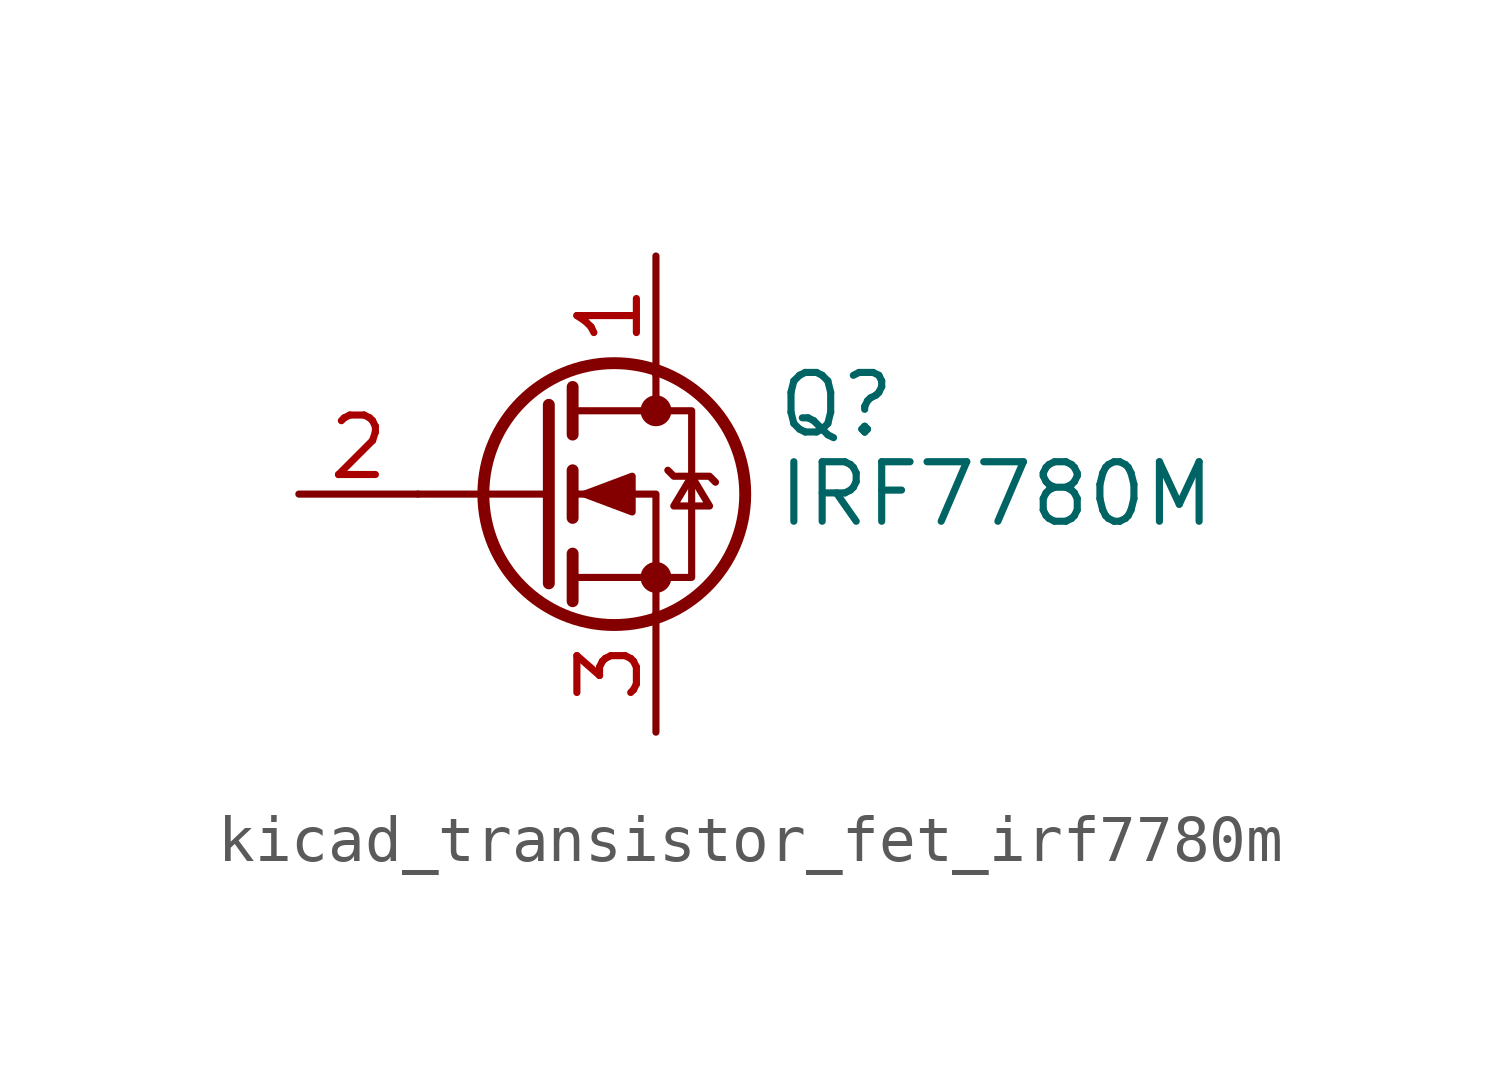
<source format=kicad_sym>
(kicad_symbol_lib
  (version 20220914)
  (generator kicad_symbol_editor)
  (symbol "kicad_transistor_fet_irf7780m"
    (pin_names hide)
    (property "Reference" "Q"
      (at 5.08 1.905 0)
      (effects (font (size 1.27 1.27)) (justify left)))
    (property "Value" "IRF7780M"
      (at 5.08 0 0)
      (effects (font (size 1.27 1.27)) (justify left)))
    (symbol "kicad_transistor_fet_irf7780m_0_1"
      (polyline (pts (xy 0.254 0) (xy -2.54 0)) (stroke (width 0) (type default)) (fill (type none)))
      (polyline (pts (xy 0.254 1.905) (xy 0.254 -1.905)) (stroke (width 0.254) (type default)) (fill (type none)))
      (polyline (pts (xy 0.762 -1.27) (xy 0.762 -2.286)) (stroke (width 0.254) (type default)) (fill (type none)))
      (polyline (pts (xy 0.762 0.508) (xy 0.762 -0.508)) (stroke (width 0.254) (type default)) (fill (type none)))
      (polyline (pts (xy 0.762 2.286) (xy 0.762 1.27)) (stroke (width 0.254) (type default)) (fill (type none)))
      (polyline (pts (xy 2.54 2.54) (xy 2.54 1.778)) (stroke (width 0) (type default)) (fill (type none)))
      (polyline (pts (xy 2.54 -2.54) (xy 2.54 0) (xy 0.762 0)) (stroke (width 0) (type default)) (fill (type none)))
      (polyline (pts (xy 0.762 -1.778) (xy 3.302 -1.778) (xy 3.302 1.778) (xy 0.762 1.778)) (stroke (width 0) (type default)) (fill (type none)))
      (polyline (pts (xy 1.016 0) (xy 2.032 0.381) (xy 2.032 -0.381) (xy 1.016 0)) (stroke (width 0) (type default)) (fill (type outline)))
      (polyline (pts (xy 2.794 0.508) (xy 2.921 0.381) (xy 3.683 0.381) (xy 3.81 0.254)) (stroke (width 0) (type default)) (fill (type none)))
      (polyline (pts (xy 3.302 0.381) (xy 2.921 -0.254) (xy 3.683 -0.254) (xy 3.302 0.381)) (stroke (width 0) (type default)) (fill (type none)))
      (circle (center 1.651 0) (radius 2.794) (stroke (width 0.254) (type default)) (fill (type none)))
      (circle (center 2.54 -1.778) (radius 0.254) (stroke (width 0) (type default)) (fill (type outline)))
      (circle (center 2.54 1.778) (radius 0.254) (stroke (width 0) (type default)) (fill (type outline))))
    (symbol "kicad_transistor_fet_irf7780m_1_1"
      (pin passive line (at 2.54 5.08 270) (length 2.54) (name "D" (effects (font (size 1.27 1.27)))) (number "1" (effects (font (size 1.27 1.27)))))
      (pin input line (at -5.08 0 0) (length 2.54) (name "G" (effects (font (size 1.27 1.27)))) (number "2" (effects (font (size 1.27 1.27)))))
      (pin passive line (at 2.54 -5.08 90) (length 2.54) (name "S" (effects (font (size 1.27 1.27)))) (number "3" (effects (font (size 1.27 1.27))))))))
</source>
